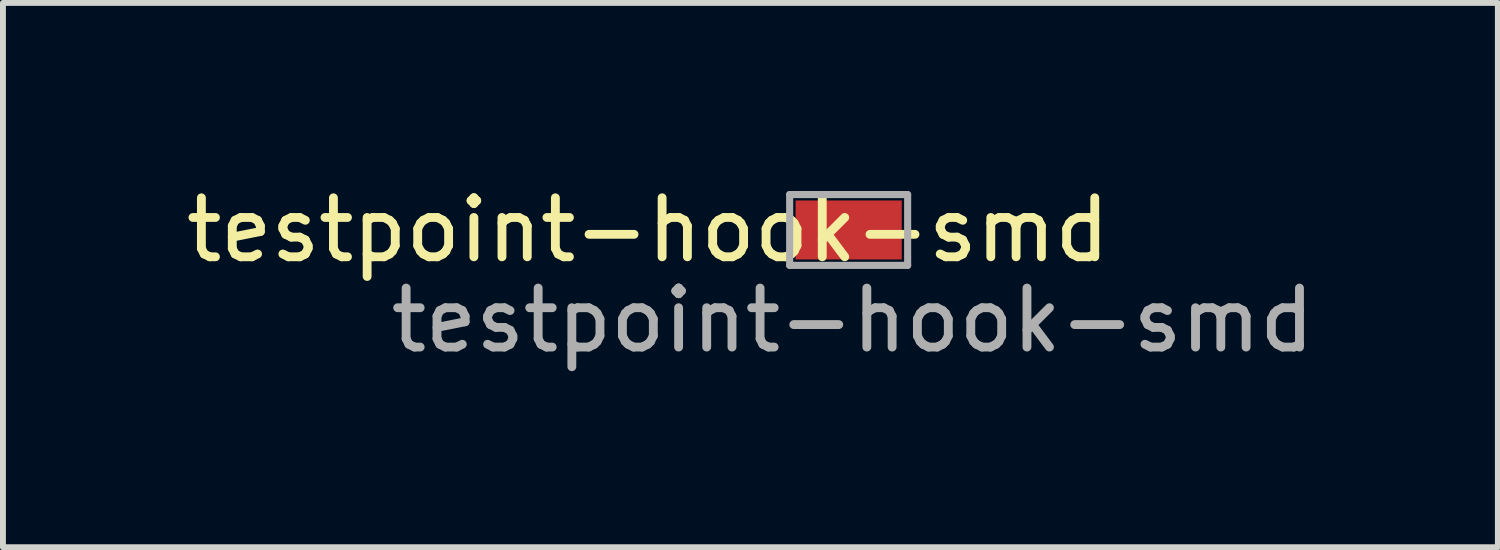
<source format=kicad_pcb>
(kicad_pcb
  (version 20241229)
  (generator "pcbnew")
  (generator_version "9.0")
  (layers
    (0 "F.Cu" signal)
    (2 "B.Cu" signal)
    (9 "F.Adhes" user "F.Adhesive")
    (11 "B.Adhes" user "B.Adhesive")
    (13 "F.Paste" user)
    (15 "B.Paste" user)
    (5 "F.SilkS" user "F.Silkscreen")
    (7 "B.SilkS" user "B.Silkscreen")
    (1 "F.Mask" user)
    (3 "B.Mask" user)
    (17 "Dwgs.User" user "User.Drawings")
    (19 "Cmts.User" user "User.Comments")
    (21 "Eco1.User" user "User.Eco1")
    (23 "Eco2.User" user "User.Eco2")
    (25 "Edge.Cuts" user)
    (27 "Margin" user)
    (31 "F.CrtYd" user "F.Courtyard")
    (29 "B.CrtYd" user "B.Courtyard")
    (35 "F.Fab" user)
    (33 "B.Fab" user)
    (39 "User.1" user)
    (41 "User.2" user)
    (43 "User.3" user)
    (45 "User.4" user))
  (footprint "testpoint-hook-smd"
    (layer "F.Cu")
    (at 10.435 1.348)
    (property "Reference" "testpoint-hook-smd" (at -2.5 -0.5 0) (layer "F.SilkS") (effects (font (size 1 1) (thickness 0.15))))
    (attr smd)
    (fp_line (start -0.1 -1.1) (end 1.9 -1.1) (stroke (width 0.12) (type solid)) (layer "F.Fab"))
    (fp_line (start -0.1 0.1) (end -0.1 -1.1) (stroke (width 0.12) (type solid)) (layer "F.Fab"))
    (fp_line (start 1.9 -1.1) (end 1.9 0.1) (stroke (width 0.12) (type solid)) (layer "F.Fab"))
    (fp_line (start 1.9 0.1) (end -0.1 0.1) (stroke (width 0.12) (type solid)) (layer "F.Fab"))
    (fp_text user "${REFERENCE}" (at 0.97 1.03 0) (layer "F.Fab") (effects (font (size 1 1) (thickness 0.15))))
    (pad "1" smd rect (at 0.9 -0.5) (size 1.8 1) (layers "F.Cu" "F.Mask" "F.Paste")))
  (gr_rect
    (start -3 -3)
    (end 22.339 6.226)
    (stroke (width 0.1) (type default))
    (fill no)
    (layer "Edge.Cuts")))
</source>
